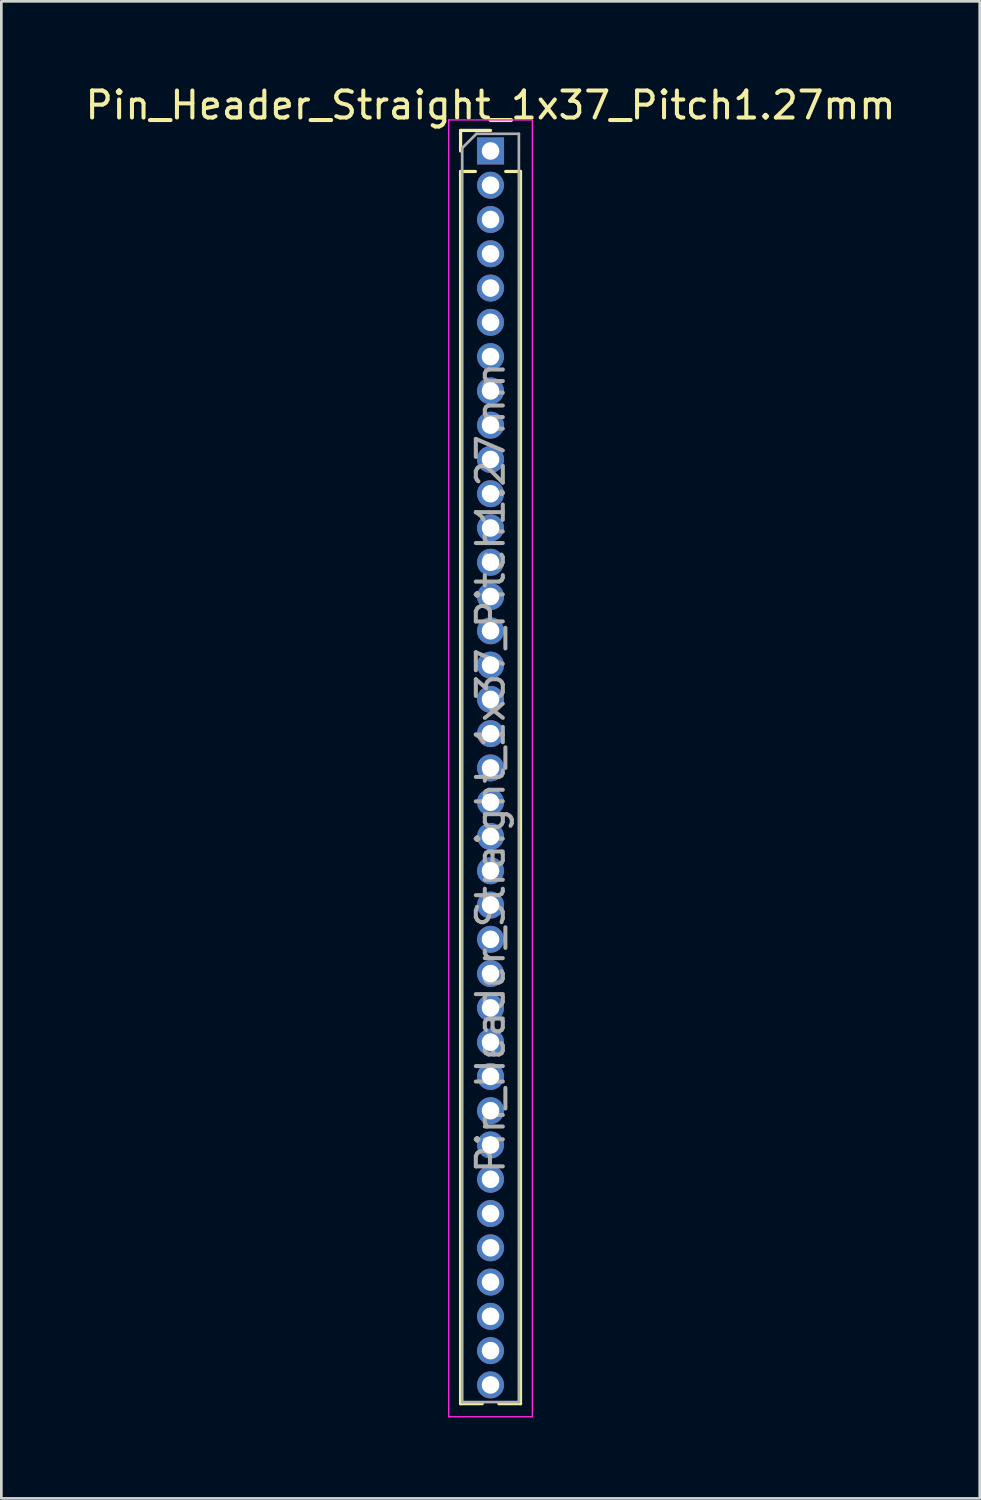
<source format=kicad_pcb>
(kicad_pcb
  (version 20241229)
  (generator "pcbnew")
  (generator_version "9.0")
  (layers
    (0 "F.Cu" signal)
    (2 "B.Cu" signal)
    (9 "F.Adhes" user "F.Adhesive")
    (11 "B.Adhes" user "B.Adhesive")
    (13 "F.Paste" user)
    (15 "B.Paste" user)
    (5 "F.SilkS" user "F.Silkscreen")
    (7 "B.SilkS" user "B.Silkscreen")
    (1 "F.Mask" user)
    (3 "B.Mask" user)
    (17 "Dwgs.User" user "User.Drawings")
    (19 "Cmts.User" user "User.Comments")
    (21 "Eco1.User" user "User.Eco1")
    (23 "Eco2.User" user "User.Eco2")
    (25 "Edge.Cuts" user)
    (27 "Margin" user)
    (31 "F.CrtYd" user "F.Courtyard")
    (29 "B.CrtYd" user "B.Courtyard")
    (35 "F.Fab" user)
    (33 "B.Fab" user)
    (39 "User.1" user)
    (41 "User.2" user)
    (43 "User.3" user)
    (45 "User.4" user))
  (footprint "Pin_Header_Straight_1x37_Pitch1.27mm"
    (layer "F.Cu")
    (at 15.125 2.543)
    (property "Reference" "Pin_Header_Straight_1x37_Pitch1.27mm" (at 0 -1.695 0) (layer "F.SilkS") (effects (font (size 1 1) (thickness 0.15))))
    (attr through_hole)
    (fp_line (start -1.11 -0.76) (end 0 -0.76) (stroke (width 0.12) (type solid)) (layer "F.SilkS"))
    (fp_line (start -1.11 0) (end -1.11 -0.76) (stroke (width 0.12) (type solid)) (layer "F.SilkS"))
    (fp_line (start -1.11 0.76) (end -1.11 46.415) (stroke (width 0.12) (type solid)) (layer "F.SilkS"))
    (fp_line (start -1.11 0.76) (end -0.563 0.76) (stroke (width 0.12) (type solid)) (layer "F.SilkS"))
    (fp_line (start -1.11 46.415) (end -0.308 46.415) (stroke (width 0.12) (type solid)) (layer "F.SilkS"))
    (fp_line (start 0.308 46.415) (end 1.11 46.415) (stroke (width 0.12) (type solid)) (layer "F.SilkS"))
    (fp_line (start 0.563 0.76) (end 1.11 0.76) (stroke (width 0.12) (type solid)) (layer "F.SilkS"))
    (fp_line (start 1.11 0.76) (end 1.11 46.415) (stroke (width 0.12) (type solid)) (layer "F.SilkS"))
    (fp_line (start -1.55 -1.15) (end -1.55 46.9) (stroke (width 0.05) (type solid)) (layer "F.CrtYd"))
    (fp_line (start -1.55 46.9) (end 1.55 46.9) (stroke (width 0.05) (type solid)) (layer "F.CrtYd"))
    (fp_line (start 1.55 -1.15) (end -1.55 -1.15) (stroke (width 0.05) (type solid)) (layer "F.CrtYd"))
    (fp_line (start 1.55 46.9) (end 1.55 -1.15) (stroke (width 0.05) (type solid)) (layer "F.CrtYd"))
    (fp_line (start -1.05 -0.11) (end -0.525 -0.635) (stroke (width 0.1) (type solid)) (layer "F.Fab"))
    (fp_line (start -1.05 46.355) (end -1.05 -0.11) (stroke (width 0.1) (type solid)) (layer "F.Fab"))
    (fp_line (start -0.525 -0.635) (end 1.05 -0.635) (stroke (width 0.1) (type solid)) (layer "F.Fab"))
    (fp_line (start 1.05 -0.635) (end 1.05 46.355) (stroke (width 0.1) (type solid)) (layer "F.Fab"))
    (fp_line (start 1.05 46.355) (end -1.05 46.355) (stroke (width 0.1) (type solid)) (layer "F.Fab"))
    (fp_text user "${REFERENCE}" (at 0 22.86 90) (layer "F.Fab") (effects (font (size 1 1) (thickness 0.15))))
    (pad "1" thru_hole rect (at 0 0) (size 1 1) (drill 0.65) (layers "*.Cu" "*.Mask"))
    (pad "2" thru_hole oval (at 0 1.27) (size 1 1) (drill 0.65) (layers "*.Cu" "*.Mask"))
    (pad "3" thru_hole oval (at 0 2.54) (size 1 1) (drill 0.65) (layers "*.Cu" "*.Mask"))
    (pad "4" thru_hole oval (at 0 3.81) (size 1 1) (drill 0.65) (layers "*.Cu" "*.Mask"))
    (pad "5" thru_hole oval (at 0 5.08) (size 1 1) (drill 0.65) (layers "*.Cu" "*.Mask"))
    (pad "6" thru_hole oval (at 0 6.35) (size 1 1) (drill 0.65) (layers "*.Cu" "*.Mask"))
    (pad "7" thru_hole oval (at 0 7.62) (size 1 1) (drill 0.65) (layers "*.Cu" "*.Mask"))
    (pad "8" thru_hole oval (at 0 8.89) (size 1 1) (drill 0.65) (layers "*.Cu" "*.Mask"))
    (pad "9" thru_hole oval (at 0 10.16) (size 1 1) (drill 0.65) (layers "*.Cu" "*.Mask"))
    (pad "10" thru_hole oval (at 0 11.43) (size 1 1) (drill 0.65) (layers "*.Cu" "*.Mask"))
    (pad "11" thru_hole oval (at 0 12.7) (size 1 1) (drill 0.65) (layers "*.Cu" "*.Mask"))
    (pad "12" thru_hole oval (at 0 13.97) (size 1 1) (drill 0.65) (layers "*.Cu" "*.Mask"))
    (pad "13" thru_hole oval (at 0 15.24) (size 1 1) (drill 0.65) (layers "*.Cu" "*.Mask"))
    (pad "14" thru_hole oval (at 0 16.51) (size 1 1) (drill 0.65) (layers "*.Cu" "*.Mask"))
    (pad "15" thru_hole oval (at 0 17.78) (size 1 1) (drill 0.65) (layers "*.Cu" "*.Mask"))
    (pad "16" thru_hole oval (at 0 19.05) (size 1 1) (drill 0.65) (layers "*.Cu" "*.Mask"))
    (pad "17" thru_hole oval (at 0 20.32) (size 1 1) (drill 0.65) (layers "*.Cu" "*.Mask"))
    (pad "18" thru_hole oval (at 0 21.59) (size 1 1) (drill 0.65) (layers "*.Cu" "*.Mask"))
    (pad "19" thru_hole oval (at 0 22.86) (size 1 1) (drill 0.65) (layers "*.Cu" "*.Mask"))
    (pad "20" thru_hole oval (at 0 24.13) (size 1 1) (drill 0.65) (layers "*.Cu" "*.Mask"))
    (pad "21" thru_hole oval (at 0 25.4) (size 1 1) (drill 0.65) (layers "*.Cu" "*.Mask"))
    (pad "22" thru_hole oval (at 0 26.67) (size 1 1) (drill 0.65) (layers "*.Cu" "*.Mask"))
    (pad "23" thru_hole oval (at 0 27.94) (size 1 1) (drill 0.65) (layers "*.Cu" "*.Mask"))
    (pad "24" thru_hole oval (at 0 29.21) (size 1 1) (drill 0.65) (layers "*.Cu" "*.Mask"))
    (pad "25" thru_hole oval (at 0 30.48) (size 1 1) (drill 0.65) (layers "*.Cu" "*.Mask"))
    (pad "26" thru_hole oval (at 0 31.75) (size 1 1) (drill 0.65) (layers "*.Cu" "*.Mask"))
    (pad "27" thru_hole oval (at 0 33.02) (size 1 1) (drill 0.65) (layers "*.Cu" "*.Mask"))
    (pad "28" thru_hole oval (at 0 34.29) (size 1 1) (drill 0.65) (layers "*.Cu" "*.Mask"))
    (pad "29" thru_hole oval (at 0 35.56) (size 1 1) (drill 0.65) (layers "*.Cu" "*.Mask"))
    (pad "30" thru_hole oval (at 0 36.83) (size 1 1) (drill 0.65) (layers "*.Cu" "*.Mask"))
    (pad "31" thru_hole oval (at 0 38.1) (size 1 1) (drill 0.65) (layers "*.Cu" "*.Mask"))
    (pad "32" thru_hole oval (at 0 39.37) (size 1 1) (drill 0.65) (layers "*.Cu" "*.Mask"))
    (pad "33" thru_hole oval (at 0 40.64) (size 1 1) (drill 0.65) (layers "*.Cu" "*.Mask"))
    (pad "34" thru_hole oval (at 0 41.91) (size 1 1) (drill 0.65) (layers "*.Cu" "*.Mask"))
    (pad "35" thru_hole oval (at 0 43.18) (size 1 1) (drill 0.65) (layers "*.Cu" "*.Mask"))
    (pad "36" thru_hole oval (at 0 44.45) (size 1 1) (drill 0.65) (layers "*.Cu" "*.Mask"))
    (pad "37" thru_hole oval (at 0 45.72) (size 1 1) (drill 0.65) (layers "*.Cu" "*.Mask")))
  (gr_rect
    (start -3 -3)
    (end 33.25 52.468)
    (stroke (width 0.1) (type default))
    (fill no)
    (layer "Edge.Cuts")))
</source>
